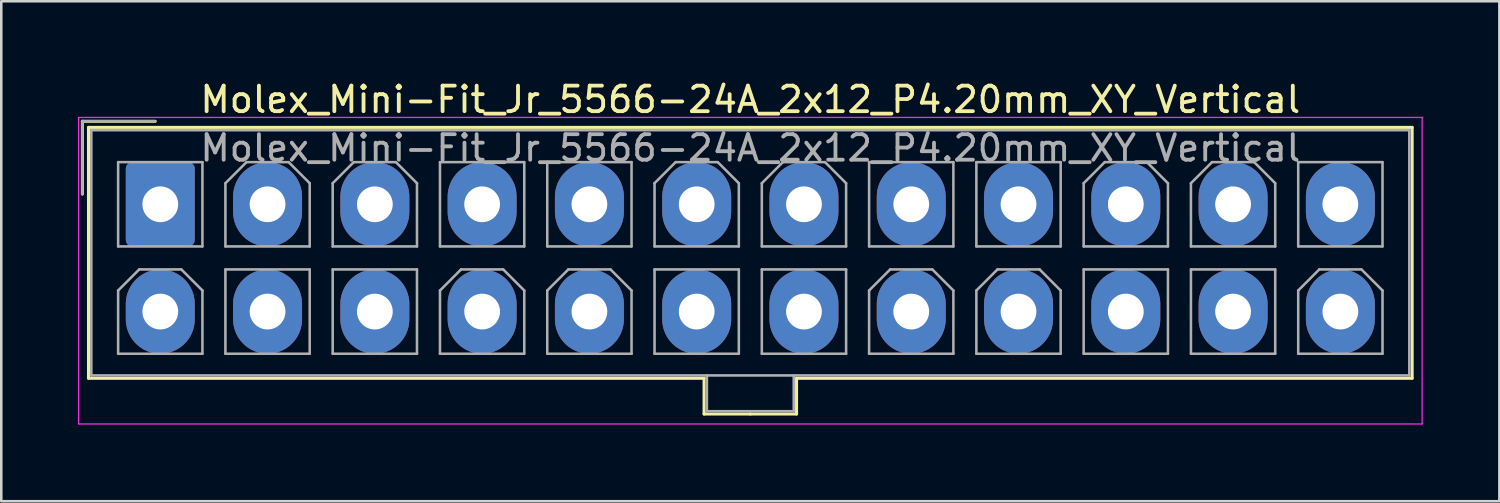
<source format=kicad_pcb>
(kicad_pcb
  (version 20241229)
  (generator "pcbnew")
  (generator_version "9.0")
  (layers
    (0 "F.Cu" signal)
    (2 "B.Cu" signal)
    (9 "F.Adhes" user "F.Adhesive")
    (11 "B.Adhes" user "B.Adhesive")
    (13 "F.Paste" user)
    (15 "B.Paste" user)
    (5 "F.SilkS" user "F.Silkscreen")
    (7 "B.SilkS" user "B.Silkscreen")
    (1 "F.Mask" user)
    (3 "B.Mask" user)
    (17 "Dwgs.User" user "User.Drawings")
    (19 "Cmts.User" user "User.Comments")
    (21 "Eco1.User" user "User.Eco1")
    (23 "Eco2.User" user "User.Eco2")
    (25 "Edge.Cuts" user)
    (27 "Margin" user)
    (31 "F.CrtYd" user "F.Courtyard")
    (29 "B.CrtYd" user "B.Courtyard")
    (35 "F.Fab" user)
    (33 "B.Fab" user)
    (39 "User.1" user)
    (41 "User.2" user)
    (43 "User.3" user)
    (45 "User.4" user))
  (footprint "Molex_Mini-Fit_Jr_5566-24A_2x12_P4.20mm_XY_Vertical"
    (layer "F.Cu")
    (at 3.225 4.948)
    (property "Reference" "Molex_Mini-Fit_Jr_5566-24A_2x12_P4.20mm_XY_Vertical" (at 23.1 -4.1 0) (layer "F.SilkS") (effects (font (size 1 1) (thickness 0.15))))
    (attr through_hole)
    (fp_line (start -3.05 -3.25) (end -3.05 -0.4) (stroke (width 0.12) (type solid)) (layer "F.SilkS"))
    (fp_line (start -2.81 -3.01) (end -2.81 6.81) (stroke (width 0.12) (type solid)) (layer "F.SilkS"))
    (fp_line (start -2.81 6.81) (end 21.29 6.81) (stroke (width 0.12) (type solid)) (layer "F.SilkS"))
    (fp_line (start -0.2 -3.25) (end -3.05 -3.25) (stroke (width 0.12) (type solid)) (layer "F.SilkS"))
    (fp_line (start 21.29 6.81) (end 21.29 8.21) (stroke (width 0.12) (type solid)) (layer "F.SilkS"))
    (fp_line (start 21.29 8.21) (end 23.1 8.21) (stroke (width 0.12) (type solid)) (layer "F.SilkS"))
    (fp_line (start 23.1 -3.01) (end -2.81 -3.01) (stroke (width 0.12) (type solid)) (layer "F.SilkS"))
    (fp_line (start 23.1 -3.01) (end 49.01 -3.01) (stroke (width 0.12) (type solid)) (layer "F.SilkS"))
    (fp_line (start 24.91 6.81) (end 24.91 8.21) (stroke (width 0.12) (type solid)) (layer "F.SilkS"))
    (fp_line (start 24.91 8.21) (end 23.1 8.21) (stroke (width 0.12) (type solid)) (layer "F.SilkS"))
    (fp_line (start 49.01 -3.01) (end 49.01 6.81) (stroke (width 0.12) (type solid)) (layer "F.SilkS"))
    (fp_line (start 49.01 6.81) (end 24.91 6.81) (stroke (width 0.12) (type solid)) (layer "F.SilkS"))
    (fp_line (start -3.2 -3.4) (end -3.2 8.6) (stroke (width 0.05) (type solid)) (layer "F.CrtYd"))
    (fp_line (start -3.2 8.6) (end 49.4 8.6) (stroke (width 0.05) (type solid)) (layer "F.CrtYd"))
    (fp_line (start 49.4 -3.4) (end -3.2 -3.4) (stroke (width 0.05) (type solid)) (layer "F.CrtYd"))
    (fp_line (start 49.4 8.6) (end 49.4 -3.4) (stroke (width 0.05) (type solid)) (layer "F.CrtYd"))
    (fp_line (start -3.05 -3.25) (end -3.05 -0.4) (stroke (width 0.1) (type solid)) (layer "F.Fab"))
    (fp_line (start -2.7 -2.9) (end -2.7 6.7) (stroke (width 0.1) (type solid)) (layer "F.Fab"))
    (fp_line (start -2.7 6.7) (end 48.9 6.7) (stroke (width 0.1) (type solid)) (layer "F.Fab"))
    (fp_line (start -1.65 -1.65) (end -1.65 1.65) (stroke (width 0.1) (type solid)) (layer "F.Fab"))
    (fp_line (start -1.65 1.65) (end 1.65 1.65) (stroke (width 0.1) (type solid)) (layer "F.Fab"))
    (fp_line (start -1.65 3.375) (end -0.825 2.55) (stroke (width 0.1) (type solid)) (layer "F.Fab"))
    (fp_line (start -1.65 5.85) (end -1.65 3.375) (stroke (width 0.1) (type solid)) (layer "F.Fab"))
    (fp_line (start -0.825 2.55) (end 0.825 2.55) (stroke (width 0.1) (type solid)) (layer "F.Fab"))
    (fp_line (start -0.2 -3.25) (end -3.05 -3.25) (stroke (width 0.1) (type solid)) (layer "F.Fab"))
    (fp_line (start 0.825 2.55) (end 1.65 3.375) (stroke (width 0.1) (type solid)) (layer "F.Fab"))
    (fp_line (start 1.65 -1.65) (end -1.65 -1.65) (stroke (width 0.1) (type solid)) (layer "F.Fab"))
    (fp_line (start 1.65 1.65) (end 1.65 -1.65) (stroke (width 0.1) (type solid)) (layer "F.Fab"))
    (fp_line (start 1.65 3.375) (end 1.65 5.85) (stroke (width 0.1) (type solid)) (layer "F.Fab"))
    (fp_line (start 1.65 5.85) (end -1.65 5.85) (stroke (width 0.1) (type solid)) (layer "F.Fab"))
    (fp_line (start 2.55 -0.825) (end 3.375 -1.65) (stroke (width 0.1) (type solid)) (layer "F.Fab"))
    (fp_line (start 2.55 1.65) (end 2.55 -0.825) (stroke (width 0.1) (type solid)) (layer "F.Fab"))
    (fp_line (start 2.55 2.55) (end 2.55 5.85) (stroke (width 0.1) (type solid)) (layer "F.Fab"))
    (fp_line (start 2.55 5.85) (end 5.85 5.85) (stroke (width 0.1) (type solid)) (layer "F.Fab"))
    (fp_line (start 3.375 -1.65) (end 5.025 -1.65) (stroke (width 0.1) (type solid)) (layer "F.Fab"))
    (fp_line (start 5.025 -1.65) (end 5.85 -0.825) (stroke (width 0.1) (type solid)) (layer "F.Fab"))
    (fp_line (start 5.85 -0.825) (end 5.85 1.65) (stroke (width 0.1) (type solid)) (layer "F.Fab"))
    (fp_line (start 5.85 1.65) (end 2.55 1.65) (stroke (width 0.1) (type solid)) (layer "F.Fab"))
    (fp_line (start 5.85 2.55) (end 2.55 2.55) (stroke (width 0.1) (type solid)) (layer "F.Fab"))
    (fp_line (start 5.85 5.85) (end 5.85 2.55) (stroke (width 0.1) (type solid)) (layer "F.Fab"))
    (fp_line (start 6.75 -0.825) (end 7.575 -1.65) (stroke (width 0.1) (type solid)) (layer "F.Fab"))
    (fp_line (start 6.75 1.65) (end 6.75 -0.825) (stroke (width 0.1) (type solid)) (layer "F.Fab"))
    (fp_line (start 6.75 2.55) (end 6.75 5.85) (stroke (width 0.1) (type solid)) (layer "F.Fab"))
    (fp_line (start 6.75 5.85) (end 10.05 5.85) (stroke (width 0.1) (type solid)) (layer "F.Fab"))
    (fp_line (start 7.575 -1.65) (end 9.225 -1.65) (stroke (width 0.1) (type solid)) (layer "F.Fab"))
    (fp_line (start 9.225 -1.65) (end 10.05 -0.825) (stroke (width 0.1) (type solid)) (layer "F.Fab"))
    (fp_line (start 10.05 -0.825) (end 10.05 1.65) (stroke (width 0.1) (type solid)) (layer "F.Fab"))
    (fp_line (start 10.05 1.65) (end 6.75 1.65) (stroke (width 0.1) (type solid)) (layer "F.Fab"))
    (fp_line (start 10.05 2.55) (end 6.75 2.55) (stroke (width 0.1) (type solid)) (layer "F.Fab"))
    (fp_line (start 10.05 5.85) (end 10.05 2.55) (stroke (width 0.1) (type solid)) (layer "F.Fab"))
    (fp_line (start 10.95 -1.65) (end 10.95 1.65) (stroke (width 0.1) (type solid)) (layer "F.Fab"))
    (fp_line (start 10.95 1.65) (end 14.25 1.65) (stroke (width 0.1) (type solid)) (layer "F.Fab"))
    (fp_line (start 10.95 3.375) (end 11.775 2.55) (stroke (width 0.1) (type solid)) (layer "F.Fab"))
    (fp_line (start 10.95 5.85) (end 10.95 3.375) (stroke (width 0.1) (type solid)) (layer "F.Fab"))
    (fp_line (start 11.775 2.55) (end 13.425 2.55) (stroke (width 0.1) (type solid)) (layer "F.Fab"))
    (fp_line (start 13.425 2.55) (end 14.25 3.375) (stroke (width 0.1) (type solid)) (layer "F.Fab"))
    (fp_line (start 14.25 -1.65) (end 10.95 -1.65) (stroke (width 0.1) (type solid)) (layer "F.Fab"))
    (fp_line (start 14.25 1.65) (end 14.25 -1.65) (stroke (width 0.1) (type solid)) (layer "F.Fab"))
    (fp_line (start 14.25 3.375) (end 14.25 5.85) (stroke (width 0.1) (type solid)) (layer "F.Fab"))
    (fp_line (start 14.25 5.85) (end 10.95 5.85) (stroke (width 0.1) (type solid)) (layer "F.Fab"))
    (fp_line (start 15.15 -1.65) (end 15.15 1.65) (stroke (width 0.1) (type solid)) (layer "F.Fab"))
    (fp_line (start 15.15 1.65) (end 18.45 1.65) (stroke (width 0.1) (type solid)) (layer "F.Fab"))
    (fp_line (start 15.15 3.375) (end 15.975 2.55) (stroke (width 0.1) (type solid)) (layer "F.Fab"))
    (fp_line (start 15.15 5.85) (end 15.15 3.375) (stroke (width 0.1) (type solid)) (layer "F.Fab"))
    (fp_line (start 15.975 2.55) (end 17.625 2.55) (stroke (width 0.1) (type solid)) (layer "F.Fab"))
    (fp_line (start 17.625 2.55) (end 18.45 3.375) (stroke (width 0.1) (type solid)) (layer "F.Fab"))
    (fp_line (start 18.45 -1.65) (end 15.15 -1.65) (stroke (width 0.1) (type solid)) (layer "F.Fab"))
    (fp_line (start 18.45 1.65) (end 18.45 -1.65) (stroke (width 0.1) (type solid)) (layer "F.Fab"))
    (fp_line (start 18.45 3.375) (end 18.45 5.85) (stroke (width 0.1) (type solid)) (layer "F.Fab"))
    (fp_line (start 18.45 5.85) (end 15.15 5.85) (stroke (width 0.1) (type solid)) (layer "F.Fab"))
    (fp_line (start 19.35 -0.825) (end 20.175 -1.65) (stroke (width 0.1) (type solid)) (layer "F.Fab"))
    (fp_line (start 19.35 1.65) (end 19.35 -0.825) (stroke (width 0.1) (type solid)) (layer "F.Fab"))
    (fp_line (start 19.35 2.55) (end 19.35 5.85) (stroke (width 0.1) (type solid)) (layer "F.Fab"))
    (fp_line (start 19.35 5.85) (end 22.65 5.85) (stroke (width 0.1) (type solid)) (layer "F.Fab"))
    (fp_line (start 20.175 -1.65) (end 21.825 -1.65) (stroke (width 0.1) (type solid)) (layer "F.Fab"))
    (fp_line (start 21.4 6.7) (end 21.4 8.1) (stroke (width 0.1) (type solid)) (layer "F.Fab"))
    (fp_line (start 21.4 8.1) (end 24.8 8.1) (stroke (width 0.1) (type solid)) (layer "F.Fab"))
    (fp_line (start 21.825 -1.65) (end 22.65 -0.825) (stroke (width 0.1) (type solid)) (layer "F.Fab"))
    (fp_line (start 22.65 -0.825) (end 22.65 1.65) (stroke (width 0.1) (type solid)) (layer "F.Fab"))
    (fp_line (start 22.65 1.65) (end 19.35 1.65) (stroke (width 0.1) (type solid)) (layer "F.Fab"))
    (fp_line (start 22.65 2.55) (end 19.35 2.55) (stroke (width 0.1) (type solid)) (layer "F.Fab"))
    (fp_line (start 22.65 5.85) (end 22.65 2.55) (stroke (width 0.1) (type solid)) (layer "F.Fab"))
    (fp_line (start 23.55 -0.825) (end 24.375 -1.65) (stroke (width 0.1) (type solid)) (layer "F.Fab"))
    (fp_line (start 23.55 1.65) (end 23.55 -0.825) (stroke (width 0.1) (type solid)) (layer "F.Fab"))
    (fp_line (start 23.55 2.55) (end 23.55 5.85) (stroke (width 0.1) (type solid)) (layer "F.Fab"))
    (fp_line (start 23.55 5.85) (end 26.85 5.85) (stroke (width 0.1) (type solid)) (layer "F.Fab"))
    (fp_line (start 24.375 -1.65) (end 26.025 -1.65) (stroke (width 0.1) (type solid)) (layer "F.Fab"))
    (fp_line (start 24.8 8.1) (end 24.8 6.7) (stroke (width 0.1) (type solid)) (layer "F.Fab"))
    (fp_line (start 26.025 -1.65) (end 26.85 -0.825) (stroke (width 0.1) (type solid)) (layer "F.Fab"))
    (fp_line (start 26.85 -0.825) (end 26.85 1.65) (stroke (width 0.1) (type solid)) (layer "F.Fab"))
    (fp_line (start 26.85 1.65) (end 23.55 1.65) (stroke (width 0.1) (type solid)) (layer "F.Fab"))
    (fp_line (start 26.85 2.55) (end 23.55 2.55) (stroke (width 0.1) (type solid)) (layer "F.Fab"))
    (fp_line (start 26.85 5.85) (end 26.85 2.55) (stroke (width 0.1) (type solid)) (layer "F.Fab"))
    (fp_line (start 27.75 -1.65) (end 27.75 1.65) (stroke (width 0.1) (type solid)) (layer "F.Fab"))
    (fp_line (start 27.75 1.65) (end 31.05 1.65) (stroke (width 0.1) (type solid)) (layer "F.Fab"))
    (fp_line (start 27.75 3.375) (end 28.575 2.55) (stroke (width 0.1) (type solid)) (layer "F.Fab"))
    (fp_line (start 27.75 5.85) (end 27.75 3.375) (stroke (width 0.1) (type solid)) (layer "F.Fab"))
    (fp_line (start 28.575 2.55) (end 30.225 2.55) (stroke (width 0.1) (type solid)) (layer "F.Fab"))
    (fp_line (start 30.225 2.55) (end 31.05 3.375) (stroke (width 0.1) (type solid)) (layer "F.Fab"))
    (fp_line (start 31.05 -1.65) (end 27.75 -1.65) (stroke (width 0.1) (type solid)) (layer "F.Fab"))
    (fp_line (start 31.05 1.65) (end 31.05 -1.65) (stroke (width 0.1) (type solid)) (layer "F.Fab"))
    (fp_line (start 31.05 3.375) (end 31.05 5.85) (stroke (width 0.1) (type solid)) (layer "F.Fab"))
    (fp_line (start 31.05 5.85) (end 27.75 5.85) (stroke (width 0.1) (type solid)) (layer "F.Fab"))
    (fp_line (start 31.95 -1.65) (end 31.95 1.65) (stroke (width 0.1) (type solid)) (layer "F.Fab"))
    (fp_line (start 31.95 1.65) (end 35.25 1.65) (stroke (width 0.1) (type solid)) (layer "F.Fab"))
    (fp_line (start 31.95 3.375) (end 32.775 2.55) (stroke (width 0.1) (type solid)) (layer "F.Fab"))
    (fp_line (start 31.95 5.85) (end 31.95 3.375) (stroke (width 0.1) (type solid)) (layer "F.Fab"))
    (fp_line (start 32.775 2.55) (end 34.425 2.55) (stroke (width 0.1) (type solid)) (layer "F.Fab"))
    (fp_line (start 34.425 2.55) (end 35.25 3.375) (stroke (width 0.1) (type solid)) (layer "F.Fab"))
    (fp_line (start 35.25 -1.65) (end 31.95 -1.65) (stroke (width 0.1) (type solid)) (layer "F.Fab"))
    (fp_line (start 35.25 1.65) (end 35.25 -1.65) (stroke (width 0.1) (type solid)) (layer "F.Fab"))
    (fp_line (start 35.25 3.375) (end 35.25 5.85) (stroke (width 0.1) (type solid)) (layer "F.Fab"))
    (fp_line (start 35.25 5.85) (end 31.95 5.85) (stroke (width 0.1) (type solid)) (layer "F.Fab"))
    (fp_line (start 36.15 -0.825) (end 36.975 -1.65) (stroke (width 0.1) (type solid)) (layer "F.Fab"))
    (fp_line (start 36.15 1.65) (end 36.15 -0.825) (stroke (width 0.1) (type solid)) (layer "F.Fab"))
    (fp_line (start 36.15 2.55) (end 36.15 5.85) (stroke (width 0.1) (type solid)) (layer "F.Fab"))
    (fp_line (start 36.15 5.85) (end 39.45 5.85) (stroke (width 0.1) (type solid)) (layer "F.Fab"))
    (fp_line (start 36.975 -1.65) (end 38.625 -1.65) (stroke (width 0.1) (type solid)) (layer "F.Fab"))
    (fp_line (start 38.625 -1.65) (end 39.45 -0.825) (stroke (width 0.1) (type solid)) (layer "F.Fab"))
    (fp_line (start 39.45 -0.825) (end 39.45 1.65) (stroke (width 0.1) (type solid)) (layer "F.Fab"))
    (fp_line (start 39.45 1.65) (end 36.15 1.65) (stroke (width 0.1) (type solid)) (layer "F.Fab"))
    (fp_line (start 39.45 2.55) (end 36.15 2.55) (stroke (width 0.1) (type solid)) (layer "F.Fab"))
    (fp_line (start 39.45 5.85) (end 39.45 2.55) (stroke (width 0.1) (type solid)) (layer "F.Fab"))
    (fp_line (start 40.35 -0.825) (end 41.175 -1.65) (stroke (width 0.1) (type solid)) (layer "F.Fab"))
    (fp_line (start 40.35 1.65) (end 40.35 -0.825) (stroke (width 0.1) (type solid)) (layer "F.Fab"))
    (fp_line (start 40.35 2.55) (end 40.35 5.85) (stroke (width 0.1) (type solid)) (layer "F.Fab"))
    (fp_line (start 40.35 5.85) (end 43.65 5.85) (stroke (width 0.1) (type solid)) (layer "F.Fab"))
    (fp_line (start 41.175 -1.65) (end 42.825 -1.65) (stroke (width 0.1) (type solid)) (layer "F.Fab"))
    (fp_line (start 42.825 -1.65) (end 43.65 -0.825) (stroke (width 0.1) (type solid)) (layer "F.Fab"))
    (fp_line (start 43.65 -0.825) (end 43.65 1.65) (stroke (width 0.1) (type solid)) (layer "F.Fab"))
    (fp_line (start 43.65 1.65) (end 40.35 1.65) (stroke (width 0.1) (type solid)) (layer "F.Fab"))
    (fp_line (start 43.65 2.55) (end 40.35 2.55) (stroke (width 0.1) (type solid)) (layer "F.Fab"))
    (fp_line (start 43.65 5.85) (end 43.65 2.55) (stroke (width 0.1) (type solid)) (layer "F.Fab"))
    (fp_line (start 44.55 -1.65) (end 44.55 1.65) (stroke (width 0.1) (type solid)) (layer "F.Fab"))
    (fp_line (start 44.55 1.65) (end 47.85 1.65) (stroke (width 0.1) (type solid)) (layer "F.Fab"))
    (fp_line (start 44.55 3.375) (end 45.375 2.55) (stroke (width 0.1) (type solid)) (layer "F.Fab"))
    (fp_line (start 44.55 5.85) (end 44.55 3.375) (stroke (width 0.1) (type solid)) (layer "F.Fab"))
    (fp_line (start 45.375 2.55) (end 47.025 2.55) (stroke (width 0.1) (type solid)) (layer "F.Fab"))
    (fp_line (start 47.025 2.55) (end 47.85 3.375) (stroke (width 0.1) (type solid)) (layer "F.Fab"))
    (fp_line (start 47.85 -1.65) (end 44.55 -1.65) (stroke (width 0.1) (type solid)) (layer "F.Fab"))
    (fp_line (start 47.85 1.65) (end 47.85 -1.65) (stroke (width 0.1) (type solid)) (layer "F.Fab"))
    (fp_line (start 47.85 3.375) (end 47.85 5.85) (stroke (width 0.1) (type solid)) (layer "F.Fab"))
    (fp_line (start 47.85 5.85) (end 44.55 5.85) (stroke (width 0.1) (type solid)) (layer "F.Fab"))
    (fp_line (start 48.9 -2.9) (end -2.7 -2.9) (stroke (width 0.1) (type solid)) (layer "F.Fab"))
    (fp_line (start 48.9 6.7) (end 48.9 -2.9) (stroke (width 0.1) (type solid)) (layer "F.Fab"))
    (fp_text user "${REFERENCE}" (at 23.1 -2.2 0) (layer "F.Fab") (effects (font (size 1 1) (thickness 0.15))))
    (pad "1" thru_hole roundrect (at 0 0) (size 2.7 3.3) (drill 1.4) (layers "*.Cu" "*.Mask") (roundrect_rratio 0.093))
    (pad "2" thru_hole oval (at 4.2 0) (size 2.7 3.3) (drill 1.4) (layers "*.Cu" "*.Mask"))
    (pad "3" thru_hole oval (at 8.4 0) (size 2.7 3.3) (drill 1.4) (layers "*.Cu" "*.Mask"))
    (pad "4" thru_hole oval (at 12.6 0) (size 2.7 3.3) (drill 1.4) (layers "*.Cu" "*.Mask"))
    (pad "5" thru_hole oval (at 16.8 0) (size 2.7 3.3) (drill 1.4) (layers "*.Cu" "*.Mask"))
    (pad "6" thru_hole oval (at 21 0) (size 2.7 3.3) (drill 1.4) (layers "*.Cu" "*.Mask"))
    (pad "7" thru_hole oval (at 25.2 0) (size 2.7 3.3) (drill 1.4) (layers "*.Cu" "*.Mask"))
    (pad "8" thru_hole oval (at 29.4 0) (size 2.7 3.3) (drill 1.4) (layers "*.Cu" "*.Mask"))
    (pad "9" thru_hole oval (at 33.6 0) (size 2.7 3.3) (drill 1.4) (layers "*.Cu" "*.Mask"))
    (pad "10" thru_hole oval (at 37.8 0) (size 2.7 3.3) (drill 1.4) (layers "*.Cu" "*.Mask"))
    (pad "11" thru_hole oval (at 42 0) (size 2.7 3.3) (drill 1.4) (layers "*.Cu" "*.Mask"))
    (pad "12" thru_hole oval (at 46.2 0) (size 2.7 3.3) (drill 1.4) (layers "*.Cu" "*.Mask"))
    (pad "13" thru_hole oval (at 0 4.2) (size 2.7 3.3) (drill 1.4) (layers "*.Cu" "*.Mask"))
    (pad "14" thru_hole oval (at 4.2 4.2) (size 2.7 3.3) (drill 1.4) (layers "*.Cu" "*.Mask"))
    (pad "15" thru_hole oval (at 8.4 4.2) (size 2.7 3.3) (drill 1.4) (layers "*.Cu" "*.Mask"))
    (pad "16" thru_hole oval (at 12.6 4.2) (size 2.7 3.3) (drill 1.4) (layers "*.Cu" "*.Mask"))
    (pad "17" thru_hole oval (at 16.8 4.2) (size 2.7 3.3) (drill 1.4) (layers "*.Cu" "*.Mask"))
    (pad "18" thru_hole oval (at 21 4.2) (size 2.7 3.3) (drill 1.4) (layers "*.Cu" "*.Mask"))
    (pad "19" thru_hole oval (at 25.2 4.2) (size 2.7 3.3) (drill 1.4) (layers "*.Cu" "*.Mask"))
    (pad "20" thru_hole oval (at 29.4 4.2) (size 2.7 3.3) (drill 1.4) (layers "*.Cu" "*.Mask"))
    (pad "21" thru_hole oval (at 33.6 4.2) (size 2.7 3.3) (drill 1.4) (layers "*.Cu" "*.Mask"))
    (pad "22" thru_hole oval (at 37.8 4.2) (size 2.7 3.3) (drill 1.4) (layers "*.Cu" "*.Mask"))
    (pad "23" thru_hole oval (at 42 4.2) (size 2.7 3.3) (drill 1.4) (layers "*.Cu" "*.Mask"))
    (pad "24" thru_hole oval (at 46.2 4.2) (size 2.7 3.3) (drill 1.4) (layers "*.Cu" "*.Mask")))
  (gr_rect
    (start -3 -3)
    (end 55.65 16.573)
    (stroke (width 0.1) (type default))
    (fill no)
    (layer "Edge.Cuts")))
</source>
